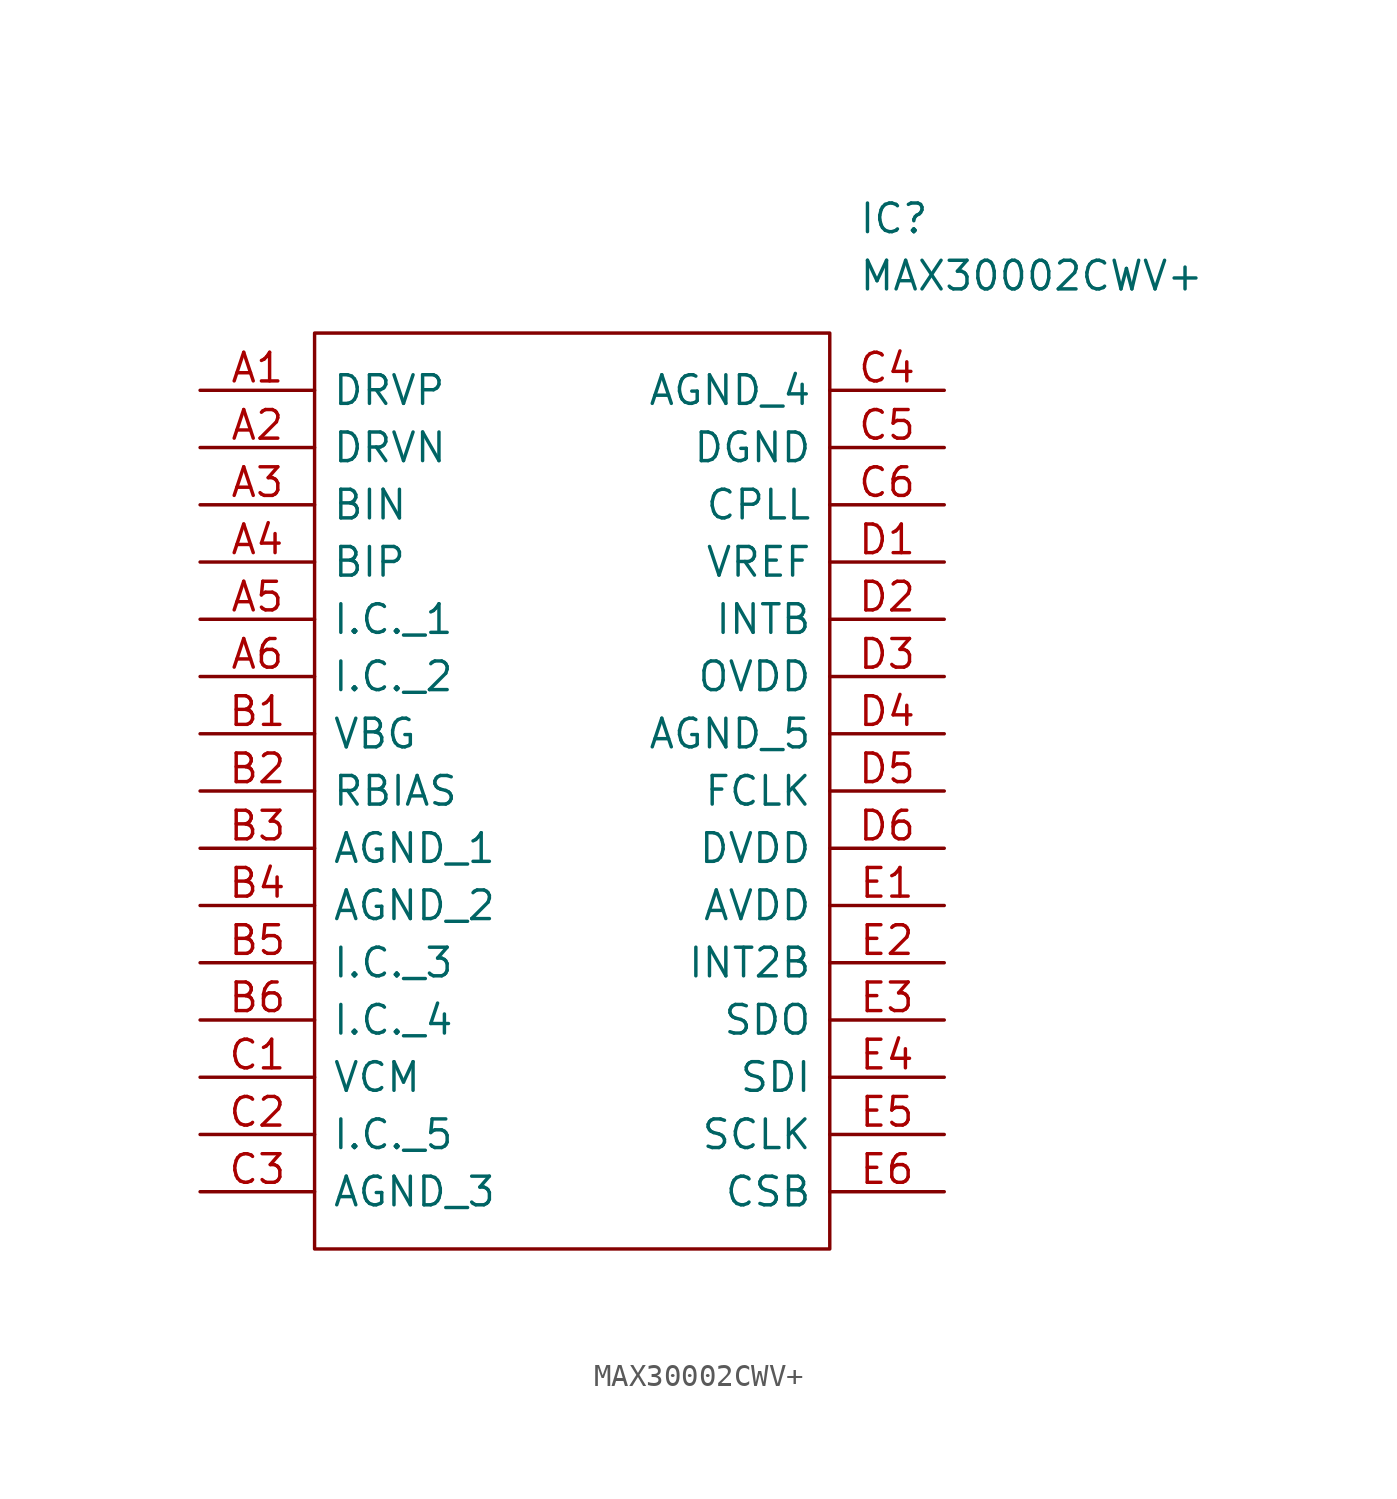
<source format=kicad_sym>
(kicad_symbol_lib
  (version 20211014)
  (generator kicad_symbol_editor)
  (symbol "MAX30002CWV+"
    (pin_names
      (offset 0.762))
    (property "Reference" "IC"
      (at 29.21 7.62 0)
      (effects (font (size 1.27 1.27)) (justify left)))
    (property "Value" "MAX30002CWV+"
      (at 29.21 5.08 0)
      (effects (font (size 1.27 1.27)) (justify left)))
    (symbol "MAX30002CWV+_0_0"
      (pin passive line (at 0 0 0) (length 5.08) (name "DRVP" (effects (font (size 1.27 1.27)))) (number "A1" (effects (font (size 1.27 1.27)))))
      (pin passive line (at 0 -2.54 0) (length 5.08) (name "DRVN" (effects (font (size 1.27 1.27)))) (number "A2" (effects (font (size 1.27 1.27)))))
      (pin passive line (at 0 -5.08 0) (length 5.08) (name "BIN" (effects (font (size 1.27 1.27)))) (number "A3" (effects (font (size 1.27 1.27)))))
      (pin passive line (at 0 -7.62 0) (length 5.08) (name "BIP" (effects (font (size 1.27 1.27)))) (number "A4" (effects (font (size 1.27 1.27)))))
      (pin passive line (at 0 -10.16 0) (length 5.08) (name "I.C._1" (effects (font (size 1.27 1.27)))) (number "A5" (effects (font (size 1.27 1.27)))))
      (pin passive line (at 0 -12.7 0) (length 5.08) (name "I.C._2" (effects (font (size 1.27 1.27)))) (number "A6" (effects (font (size 1.27 1.27)))))
      (pin passive line (at 0 -15.24 0) (length 5.08) (name "VBG" (effects (font (size 1.27 1.27)))) (number "B1" (effects (font (size 1.27 1.27)))))
      (pin passive line (at 0 -17.78 0) (length 5.08) (name "RBIAS" (effects (font (size 1.27 1.27)))) (number "B2" (effects (font (size 1.27 1.27)))))
      (pin passive line (at 0 -20.32 0) (length 5.08) (name "AGND_1" (effects (font (size 1.27 1.27)))) (number "B3" (effects (font (size 1.27 1.27)))))
      (pin passive line (at 0 -22.86 0) (length 5.08) (name "AGND_2" (effects (font (size 1.27 1.27)))) (number "B4" (effects (font (size 1.27 1.27)))))
      (pin passive line (at 0 -25.4 0) (length 5.08) (name "I.C._3" (effects (font (size 1.27 1.27)))) (number "B5" (effects (font (size 1.27 1.27)))))
      (pin passive line (at 0 -27.94 0) (length 5.08) (name "I.C._4" (effects (font (size 1.27 1.27)))) (number "B6" (effects (font (size 1.27 1.27)))))
      (pin passive line (at 0 -30.48 0) (length 5.08) (name "VCM" (effects (font (size 1.27 1.27)))) (number "C1" (effects (font (size 1.27 1.27)))))
      (pin passive line (at 0 -33.02 0) (length 5.08) (name "I.C._5" (effects (font (size 1.27 1.27)))) (number "C2" (effects (font (size 1.27 1.27)))))
      (pin passive line (at 0 -35.56 0) (length 5.08) (name "AGND_3" (effects (font (size 1.27 1.27)))) (number "C3" (effects (font (size 1.27 1.27)))))
      (pin passive line (at 33.02 0 180) (length 5.08) (name "AGND_4" (effects (font (size 1.27 1.27)))) (number "C4" (effects (font (size 1.27 1.27)))))
      (pin passive line (at 33.02 -2.54 180) (length 5.08) (name "DGND" (effects (font (size 1.27 1.27)))) (number "C5" (effects (font (size 1.27 1.27)))))
      (pin passive line (at 33.02 -5.08 180) (length 5.08) (name "CPLL" (effects (font (size 1.27 1.27)))) (number "C6" (effects (font (size 1.27 1.27)))))
      (pin passive line (at 33.02 -7.62 180) (length 5.08) (name "VREF" (effects (font (size 1.27 1.27)))) (number "D1" (effects (font (size 1.27 1.27)))))
      (pin passive line (at 33.02 -10.16 180) (length 5.08) (name "INTB" (effects (font (size 1.27 1.27)))) (number "D2" (effects (font (size 1.27 1.27)))))
      (pin passive line (at 33.02 -12.7 180) (length 5.08) (name "OVDD" (effects (font (size 1.27 1.27)))) (number "D3" (effects (font (size 1.27 1.27)))))
      (pin passive line (at 33.02 -15.24 180) (length 5.08) (name "AGND_5" (effects (font (size 1.27 1.27)))) (number "D4" (effects (font (size 1.27 1.27)))))
      (pin passive line (at 33.02 -17.78 180) (length 5.08) (name "FCLK" (effects (font (size 1.27 1.27)))) (number "D5" (effects (font (size 1.27 1.27)))))
      (pin passive line (at 33.02 -20.32 180) (length 5.08) (name "DVDD" (effects (font (size 1.27 1.27)))) (number "D6" (effects (font (size 1.27 1.27)))))
      (pin passive line (at 33.02 -22.86 180) (length 5.08) (name "AVDD" (effects (font (size 1.27 1.27)))) (number "E1" (effects (font (size 1.27 1.27)))))
      (pin passive line (at 33.02 -25.4 180) (length 5.08) (name "INT2B" (effects (font (size 1.27 1.27)))) (number "E2" (effects (font (size 1.27 1.27)))))
      (pin passive line (at 33.02 -27.94 180) (length 5.08) (name "SDO" (effects (font (size 1.27 1.27)))) (number "E3" (effects (font (size 1.27 1.27)))))
      (pin passive line (at 33.02 -30.48 180) (length 5.08) (name "SDI" (effects (font (size 1.27 1.27)))) (number "E4" (effects (font (size 1.27 1.27)))))
      (pin passive line (at 33.02 -33.02 180) (length 5.08) (name "SCLK" (effects (font (size 1.27 1.27)))) (number "E5" (effects (font (size 1.27 1.27)))))
      (pin passive line (at 33.02 -35.56 180) (length 5.08) (name "CSB" (effects (font (size 1.27 1.27)))) (number "E6" (effects (font (size 1.27 1.27))))))
    (symbol "MAX30002CWV+_0_1"
      (polyline (pts (xy 5.08 2.54) (xy 27.94 2.54) (xy 27.94 -38.1) (xy 5.08 -38.1) (xy 5.08 2.54)) (stroke (width 0.152) (type default) (color 0 0 0 0)) (fill (type none))))))
</source>
